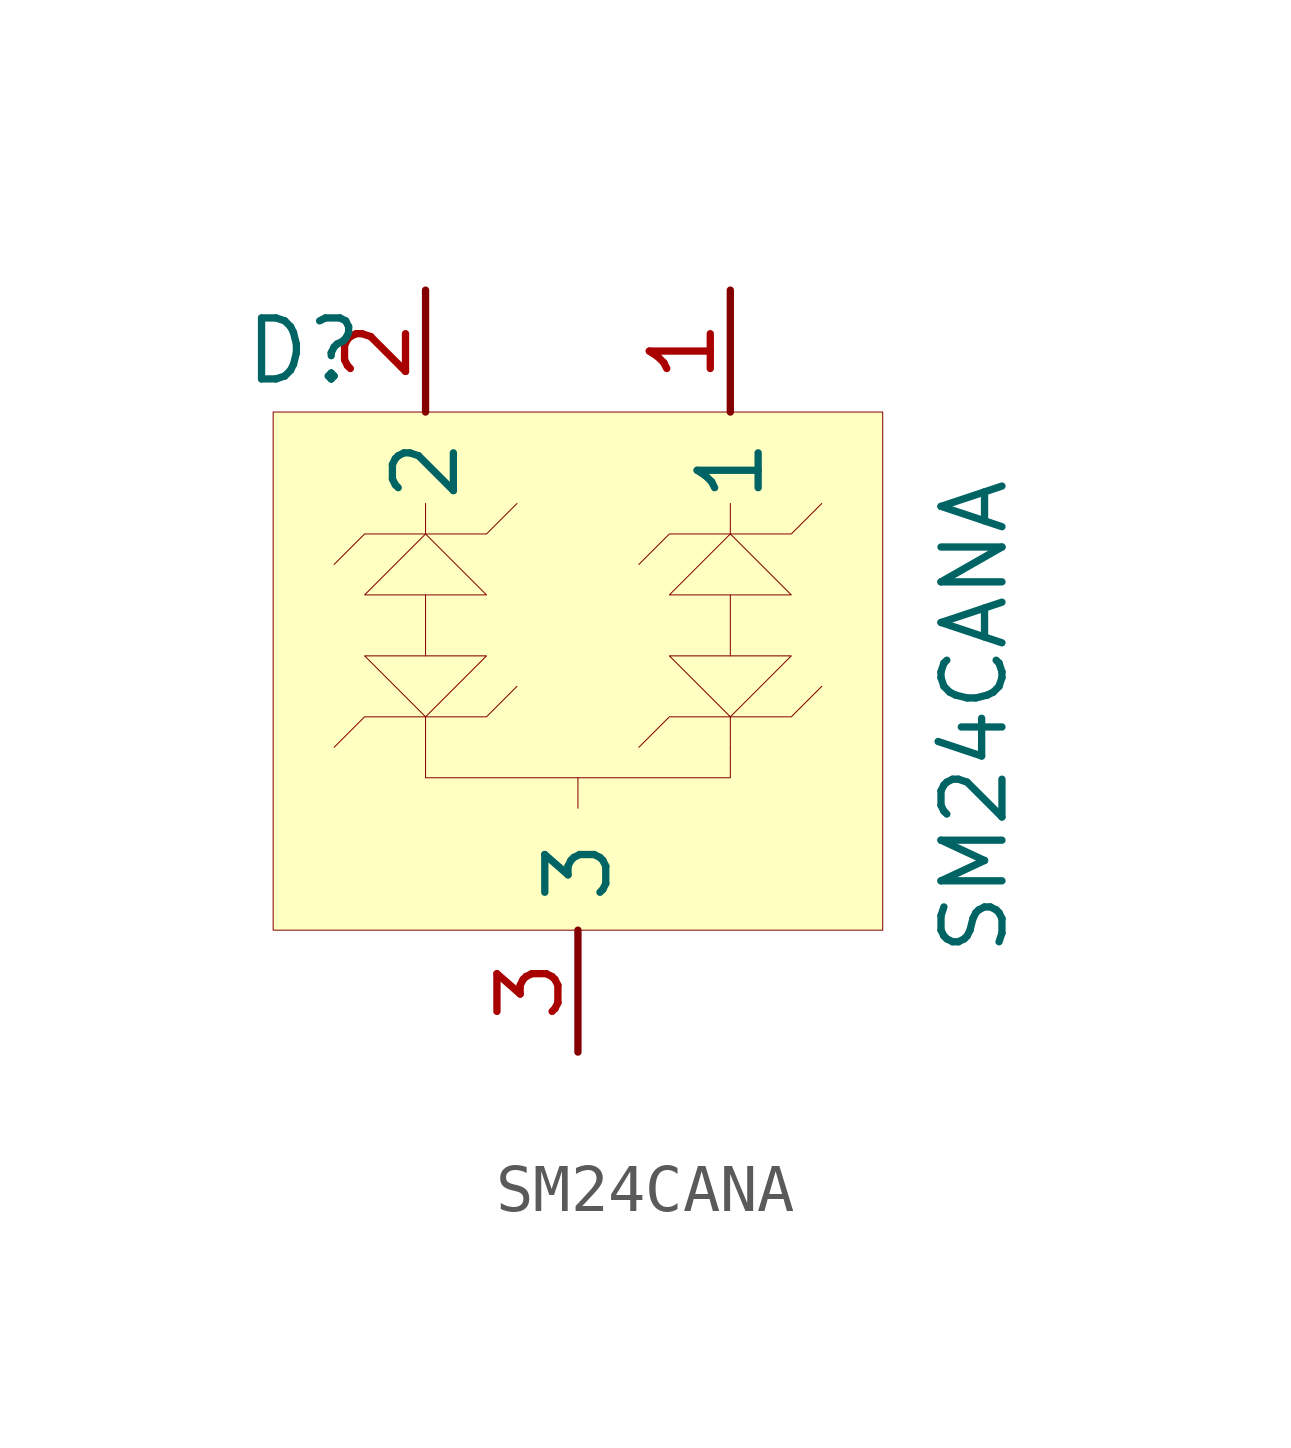
<source format=kicad_sym>
(kicad_symbol_lib
  (version 20201005)
  (generator kicad_symbol_editor)
  (symbol "ESD:SM24CANA"
    (property "Reference" "D"
      (at -5.715 6.985 0)
      (effects (font (size 1.27 1.27))))
    (property "Value" "SM24CANA"
      (at 8.255 -0.635 90)
      (effects (font (size 1.27 1.27))))
    (symbol "SM24CANA_0_1"
      (rectangle (start -6.35 5.715) (end 6.35 -5.08) (stroke (width 0.001)) (fill (type background)))
      (polyline (pts (xy -3.175 3.175) (xy -4.445 1.905) (xy -1.905 1.905) (xy -3.175 3.175)) (stroke (width 0.001)) (fill (type none)))
      (polyline (pts (xy -3.175 -0.635) (xy -1.905 0.635) (xy -4.445 0.635) (xy -3.175 -0.635)) (stroke (width 0.001)) (fill (type none)))
      (polyline (pts (xy -3.175 3.175) (xy -4.445 3.175) (xy -5.08 2.54)) (stroke (width 0.001)) (fill (type none)))
      (polyline (pts (xy -3.175 3.175) (xy -1.905 3.175) (xy -1.27 3.81)) (stroke (width 0.001)) (fill (type none)))
      (polyline (pts (xy -3.175 -0.635) (xy -4.445 -0.635) (xy -5.08 -1.27)) (stroke (width 0.001)) (fill (type none)))
      (polyline (pts (xy -3.175 -0.635) (xy -1.905 -0.635) (xy -1.27 0)) (stroke (width 0.001)) (fill (type none)))
      (polyline (pts (xy -3.175 1.905) (xy -3.175 0.635)) (stroke (width 0.001)) (fill (type none)))
      (polyline (pts (xy -3.175 3.175) (xy -3.175 3.81)) (stroke (width 0.001)) (fill (type none)))
      (polyline (pts (xy -3.175 -0.635) (xy -3.175 -1.27)) (stroke (width 0.001)) (fill (type none)))
      (polyline (pts (xy 3.175 3.175) (xy 1.905 1.905) (xy 4.445 1.905) (xy 3.175 3.175)) (stroke (width 0.001)) (fill (type none)))
      (polyline (pts (xy 3.175 -0.635) (xy 4.445 0.635) (xy 1.905 0.635) (xy 3.175 -0.635)) (stroke (width 0.001)) (fill (type none)))
      (polyline (pts (xy 3.175 3.175) (xy 1.905 3.175) (xy 1.27 2.54)) (stroke (width 0.001)) (fill (type none)))
      (polyline (pts (xy 3.175 3.175) (xy 4.445 3.175) (xy 5.08 3.81)) (stroke (width 0.001)) (fill (type none)))
      (polyline (pts (xy 3.175 -0.635) (xy 1.905 -0.635) (xy 1.27 -1.27)) (stroke (width 0.001)) (fill (type none)))
      (polyline (pts (xy 3.175 -0.635) (xy 4.445 -0.635) (xy 5.08 0)) (stroke (width 0.001)) (fill (type none)))
      (polyline (pts (xy 3.175 1.905) (xy 3.175 0.635)) (stroke (width 0.001)) (fill (type none)))
      (polyline (pts (xy 3.175 3.175) (xy 3.175 3.81)) (stroke (width 0.001)) (fill (type none)))
      (polyline (pts (xy 3.175 -0.635) (xy 3.175 -1.27)) (stroke (width 0.001)) (fill (type none)))
      (polyline (pts (xy 3.175 -1.27) (xy 3.175 -1.905) (xy -3.175 -1.905) (xy -3.175 -1.27)) (stroke (width 0.001)) (fill (type none)))
      (polyline (pts (xy 0 -1.905) (xy 0 -2.54)) (stroke (width 0.001)) (fill (type none))))
    (symbol "SM24CANA_1_1"
      (pin passive line (at 3.175 8.255 270) (length 2.54) (name "1" (effects (font (size 1.27 1.27)))) (number "1" (effects (font (size 1.27 1.27)))))
      (pin passive line (at -3.175 8.255 270) (length 2.54) (name "2" (effects (font (size 1.27 1.27)))) (number "2" (effects (font (size 1.27 1.27)))))
      (pin passive line (at 0 -7.62 90) (length 2.54) (name "3" (effects (font (size 1.27 1.27)))) (number "3" (effects (font (size 1.27 1.27))))))))
</source>
